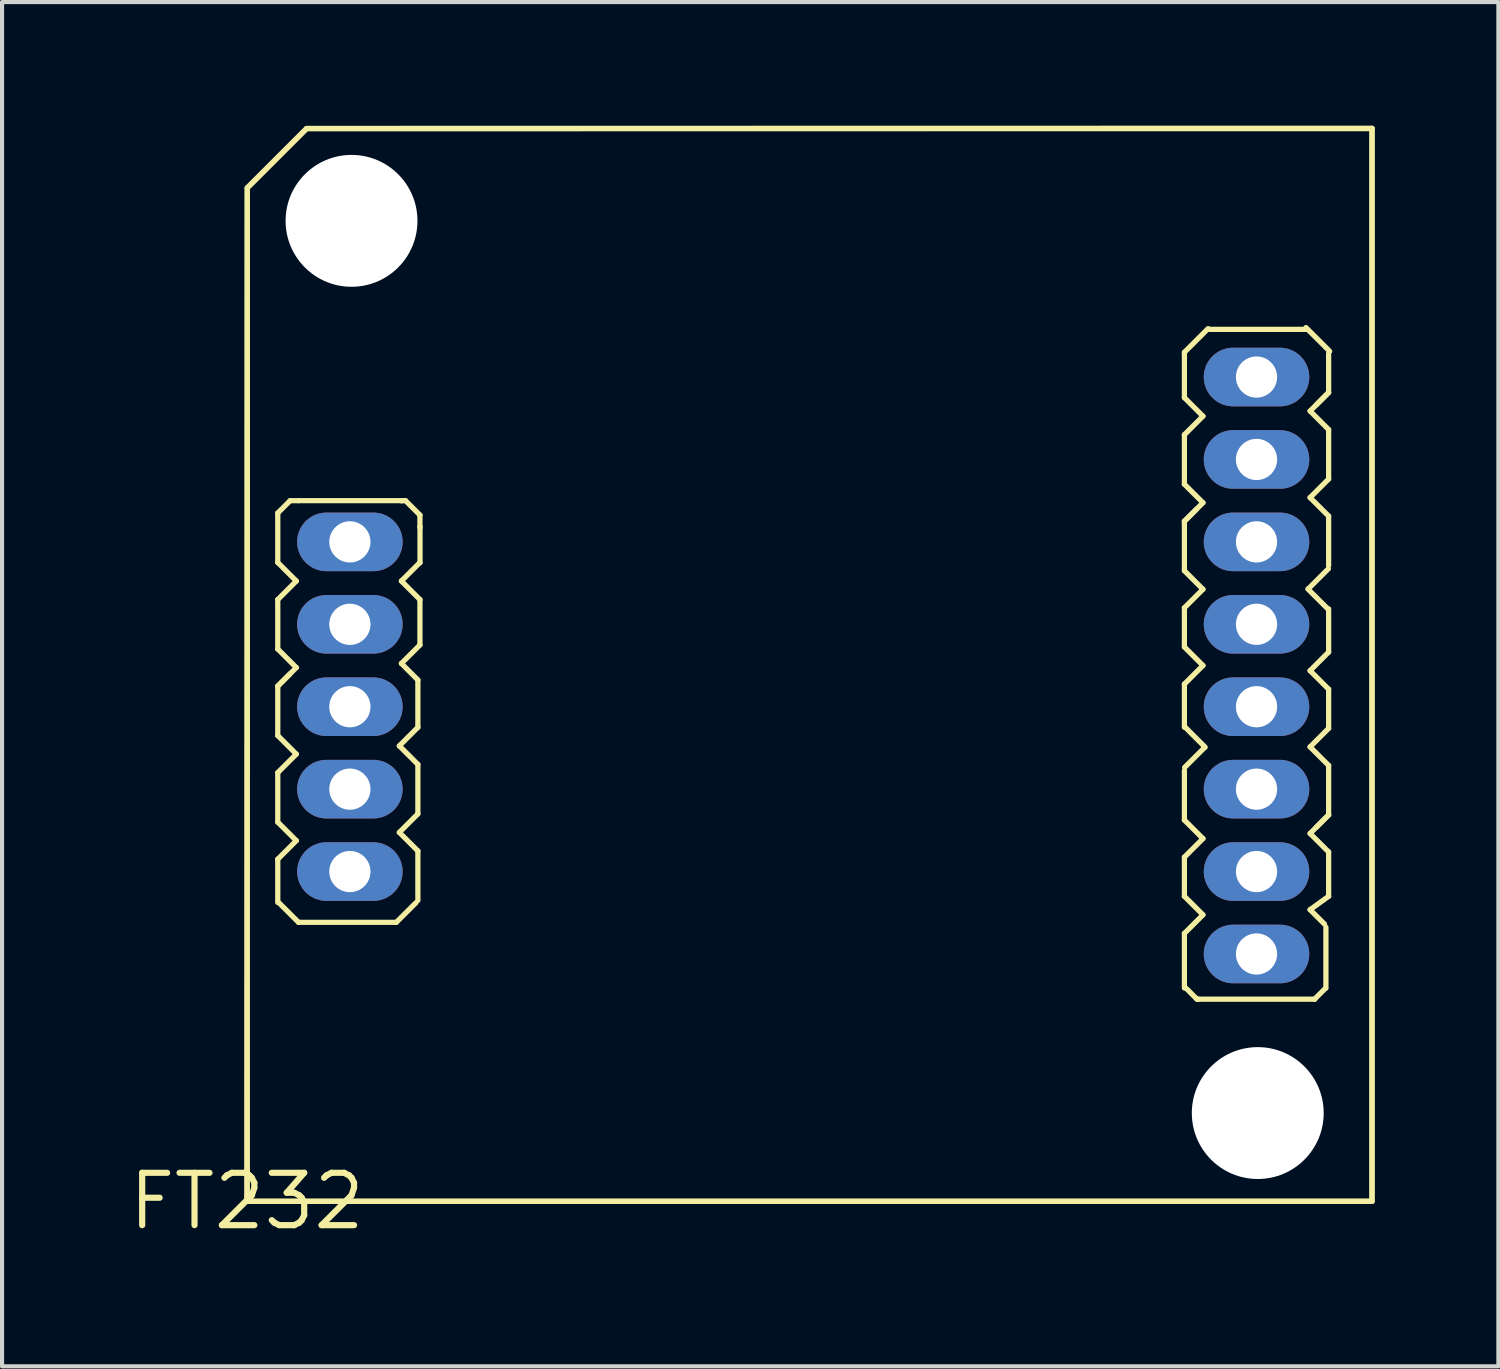
<source format=kicad_pcb>
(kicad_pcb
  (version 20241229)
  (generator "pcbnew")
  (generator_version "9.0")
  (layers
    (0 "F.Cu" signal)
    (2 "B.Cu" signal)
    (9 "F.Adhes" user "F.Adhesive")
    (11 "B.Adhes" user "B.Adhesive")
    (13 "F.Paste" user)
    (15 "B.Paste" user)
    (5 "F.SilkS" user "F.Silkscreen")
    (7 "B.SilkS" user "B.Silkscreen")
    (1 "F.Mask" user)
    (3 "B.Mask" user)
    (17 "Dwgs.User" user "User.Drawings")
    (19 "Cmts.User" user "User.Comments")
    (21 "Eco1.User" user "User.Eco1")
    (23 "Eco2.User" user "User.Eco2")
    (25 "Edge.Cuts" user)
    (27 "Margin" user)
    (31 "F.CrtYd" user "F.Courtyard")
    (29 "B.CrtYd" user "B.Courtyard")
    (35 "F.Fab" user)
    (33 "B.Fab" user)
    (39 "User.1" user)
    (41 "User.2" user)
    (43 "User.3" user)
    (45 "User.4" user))
  (footprint "FT232"
    (layer "F.Cu")
    (at 2.94 26.099)
    (property "Reference" "FT232" (at 0 0 0) (layer "F.SilkS") (effects (font (size 1.27 1.27) (thickness 0.15))))
    (fp_line (start 0 0) (end 27.3 0) (stroke (width 0.127) (type solid)) (layer "F.SilkS"))
    (fp_line (start 0.01 -24.59) (end 0 0) (stroke (width 0.127) (type solid)) (layer "F.SilkS"))
    (fp_line (start 0.01 -24.59) (end 1.45 -26.03) (stroke (width 0.127) (type solid)) (layer "F.SilkS"))
    (fp_line (start 0.01 0) (end 0.01 -24.59) (stroke (width 0.127) (type solid)) (layer "F.SilkS"))
    (fp_line (start 0.02 -24.6) (end 1.44 -26.02) (stroke (width 0.127) (type solid)) (layer "F.SilkS"))
    (fp_line (start 0.75 -16.7) (end 0.75 -15.5) (stroke (width 0.127) (type solid)) (layer "F.SilkS"))
    (fp_line (start 0.75 -15.5) (end 1.2 -15.05) (stroke (width 0.127) (type solid)) (layer "F.SilkS"))
    (fp_line (start 0.75 -14.6) (end 1.2 -15.05) (stroke (width 0.127) (type solid)) (layer "F.SilkS"))
    (fp_line (start 0.75 -13.4) (end 0.75 -14.6) (stroke (width 0.127) (type solid)) (layer "F.SilkS"))
    (fp_line (start 0.75 -13.4) (end 1.2 -12.95) (stroke (width 0.127) (type solid)) (layer "F.SilkS"))
    (fp_line (start 0.75 -12.5) (end 0.75 -11.3) (stroke (width 0.127) (type solid)) (layer "F.SilkS"))
    (fp_line (start 0.75 -12.5) (end 1.2 -12.95) (stroke (width 0.127) (type solid)) (layer "F.SilkS"))
    (fp_line (start 0.75 -11.3) (end 1.2 -10.85) (stroke (width 0.127) (type solid)) (layer "F.SilkS"))
    (fp_line (start 0.75 -10.4) (end 1.2 -10.85) (stroke (width 0.127) (type solid)) (layer "F.SilkS"))
    (fp_line (start 0.75 -9.2) (end 0.75 -10.4) (stroke (width 0.127) (type solid)) (layer "F.SilkS"))
    (fp_line (start 0.75 -9.2) (end 1.2 -8.75) (stroke (width 0.127) (type solid)) (layer "F.SilkS"))
    (fp_line (start 0.75 -8.3) (end 1.2 -8.75) (stroke (width 0.127) (type solid)) (layer "F.SilkS"))
    (fp_line (start 0.75 -7.25) (end 0.75 -8.3) (stroke (width 0.127) (type solid)) (layer "F.SilkS"))
    (fp_line (start 0.777 -7.244) (end 1.254 -6.768) (stroke (width 0.127) (type solid)) (layer "F.SilkS"))
    (fp_line (start 1.05 -17) (end 0.75 -16.7) (stroke (width 0.127) (type solid)) (layer "F.SilkS"))
    (fp_line (start 1.05 -12.8) (end 0.75 -12.5) (stroke (width 0.127) (type solid)) (layer "F.SilkS"))
    (fp_line (start 1.25 -17) (end 1.05 -17) (stroke (width 0.127) (type solid)) (layer "F.SilkS"))
    (fp_line (start 1.254 -17) (end 3.75 -17) (stroke (width 0.127) (type solid)) (layer "F.SilkS"))
    (fp_line (start 1.254 -6.768) (end 3.626 -6.768) (stroke (width 0.127) (type solid)) (layer "F.SilkS"))
    (fp_line (start 1.45 -26.03) (end 27.3 -26.03) (stroke (width 0.127) (type solid)) (layer "F.SilkS"))
    (fp_line (start 1.46 -26.03) (end 27.3 -26.03) (stroke (width 0.127) (type solid)) (layer "F.SilkS"))
    (fp_line (start 3.75 -17) (end 3.776 -17) (stroke (width 0.127) (type solid)) (layer "F.SilkS"))
    (fp_line (start 3.85 -17) (end 3.75 -17) (stroke (width 0.127) (type solid)) (layer "F.SilkS"))
    (fp_line (start 4.103 -7.244) (end 3.626 -6.768) (stroke (width 0.127) (type solid)) (layer "F.SilkS"))
    (fp_line (start 4.15 -12.65) (end 3.75 -13.05) (stroke (width 0.127) (type solid)) (layer "F.SilkS"))
    (fp_line (start 4.15 -12.65) (end 4.15 -11.5) (stroke (width 0.127) (type solid)) (layer "F.SilkS"))
    (fp_line (start 4.15 -11.5) (end 3.7 -11.05) (stroke (width 0.127) (type solid)) (layer "F.SilkS"))
    (fp_line (start 4.15 -10.6) (end 3.7 -11.05) (stroke (width 0.127) (type solid)) (layer "F.SilkS"))
    (fp_line (start 4.15 -10.6) (end 4.15 -9.4) (stroke (width 0.127) (type solid)) (layer "F.SilkS"))
    (fp_line (start 4.15 -9.4) (end 3.7 -8.95) (stroke (width 0.127) (type solid)) (layer "F.SilkS"))
    (fp_line (start 4.15 -8.5) (end 3.7 -8.95) (stroke (width 0.127) (type solid)) (layer "F.SilkS"))
    (fp_line (start 4.15 -7.3) (end 4.15 -8.5) (stroke (width 0.127) (type solid)) (layer "F.SilkS"))
    (fp_line (start 4.2 -16.65) (end 3.85 -17) (stroke (width 0.127) (type solid)) (layer "F.SilkS"))
    (fp_line (start 4.2 -16.35) (end 4.2 -16.65) (stroke (width 0.127) (type solid)) (layer "F.SilkS"))
    (fp_line (start 4.2 -15.5) (end 3.75 -15.05) (stroke (width 0.127) (type solid)) (layer "F.SilkS"))
    (fp_line (start 4.2 -14.6) (end 3.75 -15.05) (stroke (width 0.127) (type solid)) (layer "F.SilkS"))
    (fp_line (start 4.2 -13.5) (end 3.75 -13.05) (stroke (width 0.127) (type solid)) (layer "F.SilkS"))
    (fp_line (start 4.2 -13.5) (end 4.2 -14.6) (stroke (width 0.127) (type solid)) (layer "F.SilkS"))
    (fp_line (start 4.202 -15.492) (end 4.202 -16.374) (stroke (width 0.127) (type solid)) (layer "F.SilkS"))
    (fp_line (start 22.75 -20.6) (end 22.75 -19.5) (stroke (width 0.127) (type solid)) (layer "F.SilkS"))
    (fp_line (start 22.75 -20.6) (end 23.325 -21.175) (stroke (width 0.127) (type solid)) (layer "F.SilkS"))
    (fp_line (start 22.75 -19.5) (end 23.2 -19.05) (stroke (width 0.127) (type solid)) (layer "F.SilkS"))
    (fp_line (start 22.75 -18.6) (end 23.2 -19.05) (stroke (width 0.127) (type solid)) (layer "F.SilkS"))
    (fp_line (start 22.75 -17.4) (end 22.75 -18.6) (stroke (width 0.127) (type solid)) (layer "F.SilkS"))
    (fp_line (start 22.75 -17.4) (end 23.2 -16.95) (stroke (width 0.127) (type solid)) (layer "F.SilkS"))
    (fp_line (start 22.75 -16.5) (end 22.75 -15.3) (stroke (width 0.127) (type solid)) (layer "F.SilkS"))
    (fp_line (start 22.75 -16.5) (end 23.2 -16.95) (stroke (width 0.127) (type solid)) (layer "F.SilkS"))
    (fp_line (start 22.75 -15.3) (end 23.2 -14.85) (stroke (width 0.127) (type solid)) (layer "F.SilkS"))
    (fp_line (start 22.75 -14.4) (end 23.2 -14.85) (stroke (width 0.127) (type solid)) (layer "F.SilkS"))
    (fp_line (start 22.75 -13.45) (end 22.75 -14.4) (stroke (width 0.127) (type solid)) (layer "F.SilkS"))
    (fp_line (start 22.75 -13.45) (end 23.2 -13) (stroke (width 0.127) (type solid)) (layer "F.SilkS"))
    (fp_line (start 22.75 -12.55) (end 23.2 -13) (stroke (width 0.127) (type solid)) (layer "F.SilkS"))
    (fp_line (start 22.75 -11.5) (end 22.75 -12.55) (stroke (width 0.127) (type solid)) (layer "F.SilkS"))
    (fp_line (start 22.75 -10.45) (end 22.75 -9.25) (stroke (width 0.127) (type solid)) (layer "F.SilkS"))
    (fp_line (start 22.75 -9.25) (end 23.2 -8.8) (stroke (width 0.127) (type solid)) (layer "F.SilkS"))
    (fp_line (start 22.75 -8.35) (end 23.2 -8.8) (stroke (width 0.127) (type solid)) (layer "F.SilkS"))
    (fp_line (start 22.75 -7.4) (end 22.75 -8.35) (stroke (width 0.127) (type solid)) (layer "F.SilkS"))
    (fp_line (start 22.75 -7.4) (end 23.2 -6.95) (stroke (width 0.127) (type solid)) (layer "F.SilkS"))
    (fp_line (start 22.75 -6.5) (end 22.75 -5.175) (stroke (width 0.127) (type solid)) (layer "F.SilkS"))
    (fp_line (start 22.75 -6.5) (end 23.2 -6.95) (stroke (width 0.127) (type solid)) (layer "F.SilkS"))
    (fp_line (start 22.756 -10.527) (end 23.233 -11.004) (stroke (width 0.127) (type solid)) (layer "F.SilkS"))
    (fp_line (start 22.777 -11.494) (end 23.254 -11.018) (stroke (width 0.127) (type solid)) (layer "F.SilkS"))
    (fp_line (start 23.05 -16.8) (end 22.75 -16.5) (stroke (width 0.127) (type solid)) (layer "F.SilkS"))
    (fp_line (start 23.057 -4.902) (end 22.787 -5.172) (stroke (width 0.127) (type solid)) (layer "F.SilkS"))
    (fp_line (start 23.082 -4.904) (end 25.915 -4.904) (stroke (width 0.127) (type solid)) (layer "F.SilkS"))
    (fp_line (start 23.087 -4.902) (end 23.057 -4.902) (stroke (width 0.127) (type solid)) (layer "F.SilkS"))
    (fp_line (start 23.366 -21.157) (end 25.713 -21.157) (stroke (width 0.127) (type solid)) (layer "F.SilkS"))
    (fp_line (start 25.907 -4.902) (end 26.177 -5.172) (stroke (width 0.127) (type solid)) (layer "F.SilkS"))
    (fp_line (start 25.95 -19.325) (end 26.25 -19.625) (stroke (width 0.127) (type solid)) (layer "F.SilkS"))
    (fp_line (start 25.95 -9.075) (end 26.25 -9.375) (stroke (width 0.127) (type solid)) (layer "F.SilkS"))
    (fp_line (start 26.15 -6.725) (end 25.8 -7.075) (stroke (width 0.127) (type solid)) (layer "F.SilkS"))
    (fp_line (start 26.184 -6.649) (end 26.184 -5.171) (stroke (width 0.127) (type solid)) (layer "F.SilkS"))
    (fp_line (start 26.223 -14.381) (end 25.746 -14.857) (stroke (width 0.127) (type solid)) (layer "F.SilkS"))
    (fp_line (start 26.244 -15.348) (end 25.767 -14.871) (stroke (width 0.127) (type solid)) (layer "F.SilkS"))
    (fp_line (start 26.25 -19.625) (end 25.8 -19.175) (stroke (width 0.127) (type solid)) (layer "F.SilkS"))
    (fp_line (start 26.25 -19.625) (end 26.25 -20.575) (stroke (width 0.127) (type solid)) (layer "F.SilkS"))
    (fp_line (start 26.25 -18.725) (end 25.8 -19.175) (stroke (width 0.127) (type solid)) (layer "F.SilkS"))
    (fp_line (start 26.25 -18.725) (end 26.25 -17.525) (stroke (width 0.127) (type solid)) (layer "F.SilkS"))
    (fp_line (start 26.25 -17.525) (end 25.8 -17.075) (stroke (width 0.127) (type solid)) (layer "F.SilkS"))
    (fp_line (start 26.25 -16.625) (end 25.8 -17.075) (stroke (width 0.127) (type solid)) (layer "F.SilkS"))
    (fp_line (start 26.25 -15.425) (end 26.25 -16.625) (stroke (width 0.127) (type solid)) (layer "F.SilkS"))
    (fp_line (start 26.25 -14.375) (end 26.25 -13.325) (stroke (width 0.127) (type solid)) (layer "F.SilkS"))
    (fp_line (start 26.25 -13.325) (end 25.8 -12.875) (stroke (width 0.127) (type solid)) (layer "F.SilkS"))
    (fp_line (start 26.25 -12.425) (end 25.8 -12.875) (stroke (width 0.127) (type solid)) (layer "F.SilkS"))
    (fp_line (start 26.25 -12.425) (end 26.25 -11.475) (stroke (width 0.127) (type solid)) (layer "F.SilkS"))
    (fp_line (start 26.25 -11.475) (end 25.8 -11.025) (stroke (width 0.127) (type solid)) (layer "F.SilkS"))
    (fp_line (start 26.25 -10.575) (end 25.8 -11.025) (stroke (width 0.127) (type solid)) (layer "F.SilkS"))
    (fp_line (start 26.25 -9.375) (end 25.8 -8.925) (stroke (width 0.127) (type solid)) (layer "F.SilkS"))
    (fp_line (start 26.25 -9.375) (end 26.25 -10.575) (stroke (width 0.127) (type solid)) (layer "F.SilkS"))
    (fp_line (start 26.25 -8.475) (end 25.8 -8.925) (stroke (width 0.127) (type solid)) (layer "F.SilkS"))
    (fp_line (start 26.25 -8.475) (end 26.25 -7.4) (stroke (width 0.127) (type solid)) (layer "F.SilkS"))
    (fp_line (start 26.25 -7.4) (end 25.8 -7.075) (stroke (width 0.127) (type solid)) (layer "F.SilkS"))
    (fp_line (start 26.275 -20.625) (end 25.7 -21.2) (stroke (width 0.127) (type solid)) (layer "F.SilkS"))
    (fp_line (start 27.3 -26.03) (end 27.3 0) (stroke (width 0.127) (type solid)) (layer "F.SilkS"))
    (fp_line (start 27.3 0) (end 0.01 0) (stroke (width 0.127) (type solid)) (layer "F.SilkS"))
    (fp_line (start 27.305 -26.035) (end 1.45 -26.03) (stroke (width 0.127) (type solid)) (layer "F.SilkS"))
    (fp_line (start 27.305 0) (end 27.305 -26.035) (stroke (width 0.127) (type solid)) (layer "F.SilkS"))
    (pad "" np_thru_hole circle (at 2.54 -23.79) (size 3.2 3.2) (drill 3.2) (layers "*.Cu" "*.Mask"))
    (pad "" np_thru_hole circle (at 24.53 -2.14) (size 3.2 3.2) (drill 3.2) (layers "*.Cu" "*.Mask"))
    (pad "1" thru_hole oval (at 2.5 -16) (size 2.56 1.422) (drill 1) (layers "*.Cu" "*.Mask"))
    (pad "2" thru_hole oval (at 2.5 -14) (size 2.56 1.422) (drill 1) (layers "*.Cu" "*.Mask"))
    (pad "3" thru_hole oval (at 2.5 -12) (size 2.56 1.422) (drill 1) (layers "*.Cu" "*.Mask"))
    (pad "4" thru_hole oval (at 2.5 -10) (size 2.56 1.422) (drill 1) (layers "*.Cu" "*.Mask"))
    (pad "5" thru_hole oval (at 2.5 -8) (size 2.56 1.422) (drill 1) (layers "*.Cu" "*.Mask"))
    (pad "6" thru_hole oval (at 24.5 -6) (size 2.56 1.422) (drill 1) (layers "*.Cu" "*.Mask"))
    (pad "7" thru_hole oval (at 24.5 -8) (size 2.56 1.422) (drill 1) (layers "*.Cu" "*.Mask"))
    (pad "8" thru_hole oval (at 24.5 -10) (size 2.56 1.422) (drill 1) (layers "*.Cu" "*.Mask"))
    (pad "9" thru_hole oval (at 24.5 -12) (size 2.56 1.422) (drill 1) (layers "*.Cu" "*.Mask"))
    (pad "10" thru_hole oval (at 24.5 -14) (size 2.56 1.422) (drill 1) (layers "*.Cu" "*.Mask"))
    (pad "11" thru_hole oval (at 24.5 -16) (size 2.56 1.422) (drill 1) (layers "*.Cu" "*.Mask"))
    (pad "12" thru_hole oval (at 24.5 -18) (size 2.56 1.422) (drill 1) (layers "*.Cu" "*.Mask"))
    (pad "13" thru_hole oval (at 24.5 -20) (size 2.56 1.422) (drill 1) (layers "*.Cu" "*.Mask")))
  (gr_rect
    (start -3 -3)
    (end 33.309 30.105)
    (stroke (width 0.1) (type default))
    (fill no)
    (layer "Edge.Cuts")))
</source>
